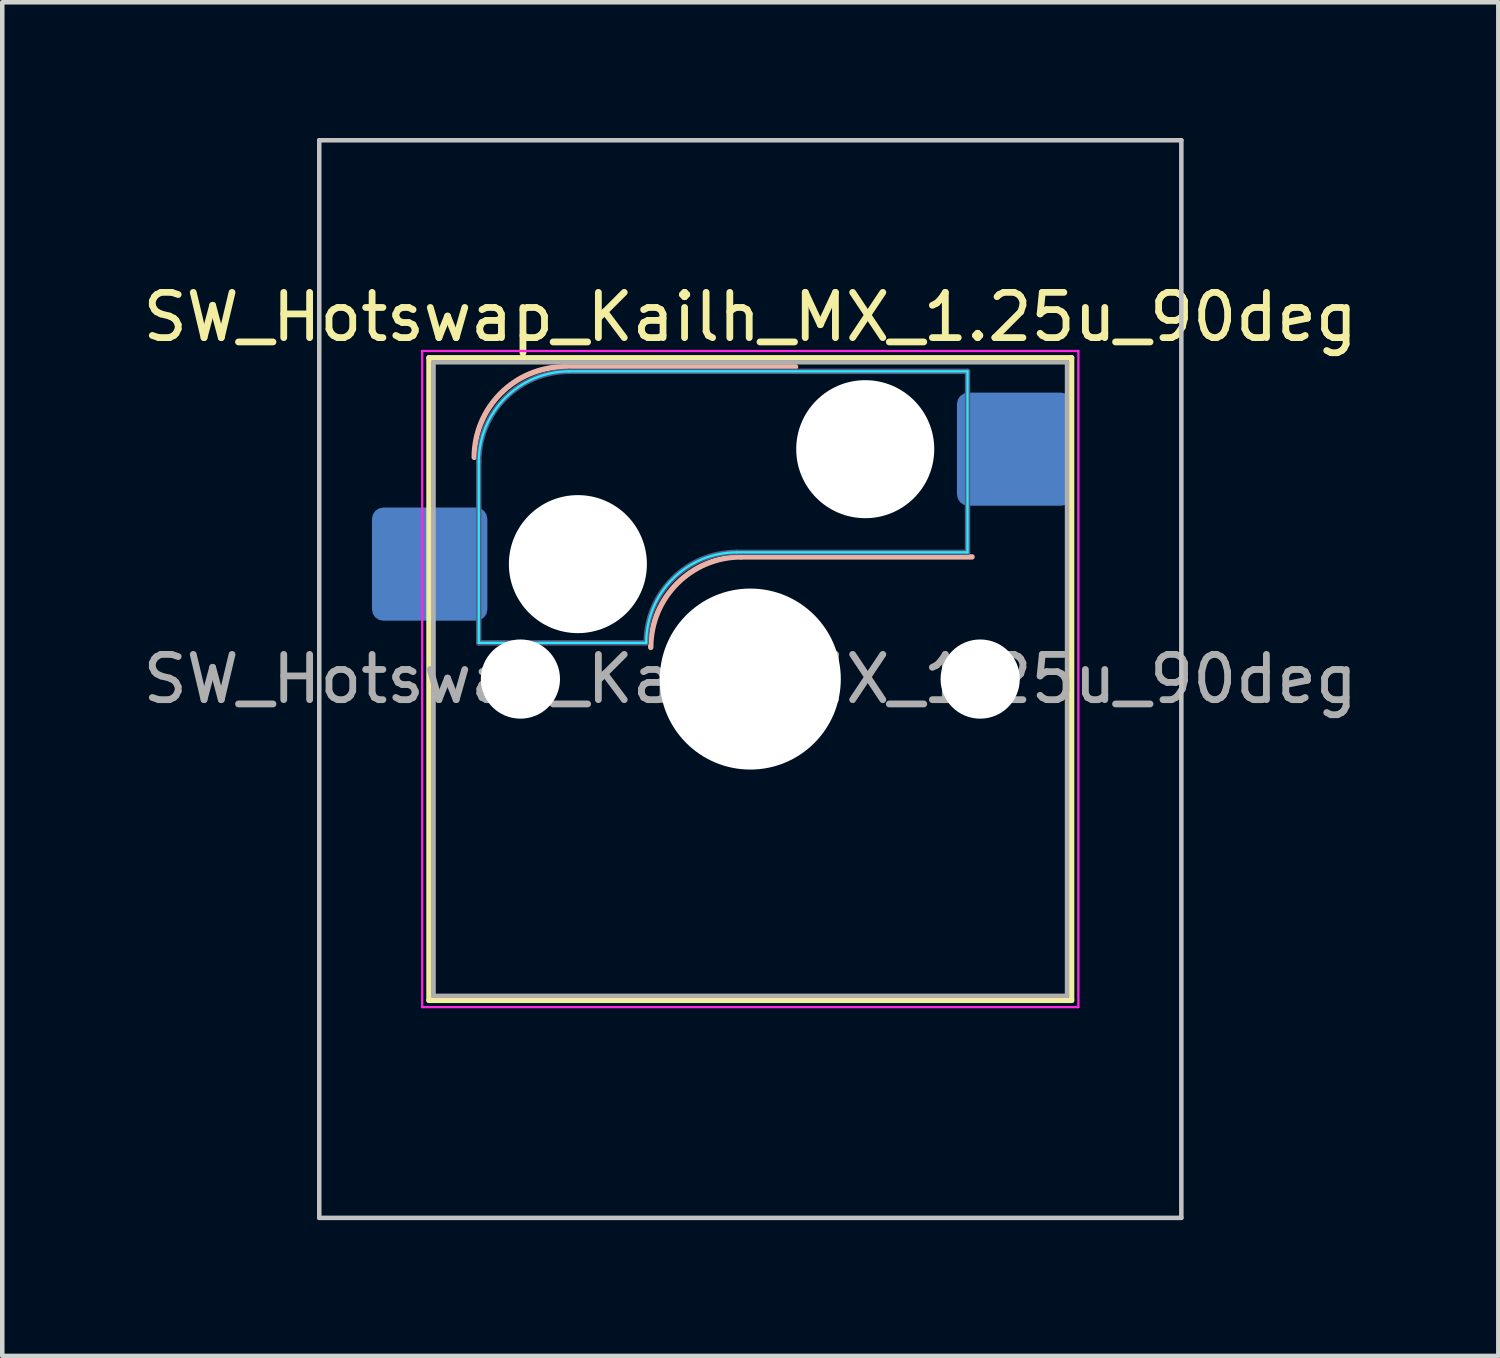
<source format=kicad_pcb>
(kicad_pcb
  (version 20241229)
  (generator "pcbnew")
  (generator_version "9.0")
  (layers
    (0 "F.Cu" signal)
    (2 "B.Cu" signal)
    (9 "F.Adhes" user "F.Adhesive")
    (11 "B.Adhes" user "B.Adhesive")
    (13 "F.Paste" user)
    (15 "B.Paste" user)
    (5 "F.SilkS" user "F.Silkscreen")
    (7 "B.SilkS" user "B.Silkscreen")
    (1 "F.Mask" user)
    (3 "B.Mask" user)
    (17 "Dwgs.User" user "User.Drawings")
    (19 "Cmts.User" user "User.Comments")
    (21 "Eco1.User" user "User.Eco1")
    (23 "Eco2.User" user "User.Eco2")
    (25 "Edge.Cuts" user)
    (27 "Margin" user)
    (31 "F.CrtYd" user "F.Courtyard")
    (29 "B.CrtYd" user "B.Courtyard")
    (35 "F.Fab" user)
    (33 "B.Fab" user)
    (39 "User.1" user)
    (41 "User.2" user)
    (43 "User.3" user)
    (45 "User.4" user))
  (footprint "SW_Hotswap_Kailh_MX_1.25u_90deg"
    (layer "F.Cu")
    (at 13.53 11.956)
    (property "Reference" "SW_Hotswap_Kailh_MX_1.25u_90deg" (at 0 -8 0) (layer "F.SilkS") (effects (font (size 1 1) (thickness 0.15))))
    (attr smd)
    (fp_line (start -7.1 -7.1) (end -7.1 7.1) (stroke (width 0.12) (type solid)) (layer "F.SilkS"))
    (fp_line (start -7.1 7.1) (end 7.1 7.1) (stroke (width 0.12) (type solid)) (layer "F.SilkS"))
    (fp_line (start 7.1 -7.1) (end -7.1 -7.1) (stroke (width 0.12) (type solid)) (layer "F.SilkS"))
    (fp_line (start 7.1 7.1) (end 7.1 -7.1) (stroke (width 0.12) (type solid)) (layer "F.SilkS"))
    (fp_line (start -4.1 -6.9) (end 1 -6.9) (stroke (width 0.12) (type solid)) (layer "B.SilkS"))
    (fp_line (start -0.2 -2.7) (end 4.9 -2.7) (stroke (width 0.12) (type solid)) (layer "B.SilkS"))
    (fp_arc (start -6.1 -4.9) (mid -5.514214 -6.314214) (end -4.1 -6.9) (stroke (width 0.12) (type solid)) (layer "B.SilkS"))
    (fp_arc (start -2.2 -0.7) (mid -1.614214 -2.114214) (end -0.2 -2.7) (stroke (width 0.12) (type solid)) (layer "B.SilkS"))
    (fp_line (start -9.525 -11.906) (end 9.525 -11.906) (stroke (width 0.1) (type solid)) (layer "Dwgs.User"))
    (fp_line (start -9.525 11.906) (end -9.525 -11.906) (stroke (width 0.1) (type solid)) (layer "Dwgs.User"))
    (fp_line (start 9.525 -11.906) (end 9.525 11.906) (stroke (width 0.1) (type solid)) (layer "Dwgs.User"))
    (fp_line (start 9.525 11.906) (end -9.525 11.906) (stroke (width 0.1) (type solid)) (layer "Dwgs.User"))
    (fp_line (start -7.8 -6) (end -7 -6) (stroke (width 0.1) (type solid)) (layer "Eco1.User"))
    (fp_line (start -7.8 -2.9) (end -7.8 -6) (stroke (width 0.1) (type solid)) (layer "Eco1.User"))
    (fp_line (start -7.8 2.9) (end -7 2.9) (stroke (width 0.1) (type solid)) (layer "Eco1.User"))
    (fp_line (start -7.8 6) (end -7.8 2.9) (stroke (width 0.1) (type solid)) (layer "Eco1.User"))
    (fp_line (start -7 -7) (end 7 -7) (stroke (width 0.1) (type solid)) (layer "Eco1.User"))
    (fp_line (start -7 -6) (end -7 -7) (stroke (width 0.1) (type solid)) (layer "Eco1.User"))
    (fp_line (start -7 -2.9) (end -7.8 -2.9) (stroke (width 0.1) (type solid)) (layer "Eco1.User"))
    (fp_line (start -7 2.9) (end -7 -2.9) (stroke (width 0.1) (type solid)) (layer "Eco1.User"))
    (fp_line (start -7 6) (end -7.8 6) (stroke (width 0.1) (type solid)) (layer "Eco1.User"))
    (fp_line (start -7 7) (end -7 6) (stroke (width 0.1) (type solid)) (layer "Eco1.User"))
    (fp_line (start 7 -7) (end 7 -6) (stroke (width 0.1) (type solid)) (layer "Eco1.User"))
    (fp_line (start 7 -6) (end 7.8 -6) (stroke (width 0.1) (type solid)) (layer "Eco1.User"))
    (fp_line (start 7 -2.9) (end 7 2.9) (stroke (width 0.1) (type solid)) (layer "Eco1.User"))
    (fp_line (start 7 2.9) (end 7.8 2.9) (stroke (width 0.1) (type solid)) (layer "Eco1.User"))
    (fp_line (start 7 6) (end 7 7) (stroke (width 0.1) (type solid)) (layer "Eco1.User"))
    (fp_line (start 7 7) (end -7 7) (stroke (width 0.1) (type solid)) (layer "Eco1.User"))
    (fp_line (start 7.8 -6) (end 7.8 -2.9) (stroke (width 0.1) (type solid)) (layer "Eco1.User"))
    (fp_line (start 7.8 -2.9) (end 7 -2.9) (stroke (width 0.1) (type solid)) (layer "Eco1.User"))
    (fp_line (start 7.8 2.9) (end 7.8 6) (stroke (width 0.1) (type solid)) (layer "Eco1.User"))
    (fp_line (start 7.8 6) (end 7 6) (stroke (width 0.1) (type solid)) (layer "Eco1.User"))
    (fp_line (start -6 -0.8) (end -6 -4.8) (stroke (width 0.05) (type solid)) (layer "B.CrtYd"))
    (fp_line (start -6 -0.8) (end -2.3 -0.8) (stroke (width 0.05) (type solid)) (layer "B.CrtYd"))
    (fp_line (start -4 -6.8) (end 4.8 -6.8) (stroke (width 0.05) (type solid)) (layer "B.CrtYd"))
    (fp_line (start -0.3 -2.8) (end 4.8 -2.8) (stroke (width 0.05) (type solid)) (layer "B.CrtYd"))
    (fp_line (start 4.8 -6.8) (end 4.8 -2.8) (stroke (width 0.05) (type solid)) (layer "B.CrtYd"))
    (fp_arc (start -6 -4.8) (mid -5.414214 -6.214214) (end -4 -6.8) (stroke (width 0.05) (type solid)) (layer "B.CrtYd"))
    (fp_arc (start -2.3 -0.8) (mid -1.714214 -2.214214) (end -0.3 -2.8) (stroke (width 0.05) (type solid)) (layer "B.CrtYd"))
    (fp_line (start -7.25 -7.25) (end -7.25 7.25) (stroke (width 0.05) (type solid)) (layer "F.CrtYd"))
    (fp_line (start -7.25 7.25) (end 7.25 7.25) (stroke (width 0.05) (type solid)) (layer "F.CrtYd"))
    (fp_line (start 7.25 -7.25) (end -7.25 -7.25) (stroke (width 0.05) (type solid)) (layer "F.CrtYd"))
    (fp_line (start 7.25 7.25) (end 7.25 -7.25) (stroke (width 0.05) (type solid)) (layer "F.CrtYd"))
    (fp_line (start -6 -0.8) (end -6 -4.8) (stroke (width 0.12) (type solid)) (layer "B.Fab"))
    (fp_line (start -6 -0.8) (end -2.3 -0.8) (stroke (width 0.12) (type solid)) (layer "B.Fab"))
    (fp_line (start -4 -6.8) (end 4.8 -6.8) (stroke (width 0.12) (type solid)) (layer "B.Fab"))
    (fp_line (start -0.3 -2.8) (end 4.8 -2.8) (stroke (width 0.12) (type solid)) (layer "B.Fab"))
    (fp_line (start 4.8 -6.8) (end 4.8 -2.8) (stroke (width 0.12) (type solid)) (layer "B.Fab"))
    (fp_arc (start -6 -4.8) (mid -5.414214 -6.214214) (end -4 -6.8) (stroke (width 0.12) (type solid)) (layer "B.Fab"))
    (fp_arc (start -2.3 -0.8) (mid -1.714214 -2.214214) (end -0.3 -2.8) (stroke (width 0.12) (type solid)) (layer "B.Fab"))
    (fp_line (start -7 -7) (end -7 7) (stroke (width 0.1) (type solid)) (layer "F.Fab"))
    (fp_line (start -7 7) (end 7 7) (stroke (width 0.1) (type solid)) (layer "F.Fab"))
    (fp_line (start 7 -7) (end -7 -7) (stroke (width 0.1) (type solid)) (layer "F.Fab"))
    (fp_line (start 7 7) (end 7 -7) (stroke (width 0.1) (type solid)) (layer "F.Fab"))
    (fp_text user "${REFERENCE}" (at 0 0 0) (layer "F.Fab") (effects (font (size 1 1) (thickness 0.15))))
    (pad "" np_thru_hole circle (at -5.08 0) (size 1.75 1.75) (drill 1.75) (layers "*.Cu" "*.Mask"))
    (pad "" np_thru_hole circle (at -3.81 -2.54) (size 3.05 3.05) (drill 3.05) (layers "*.Cu" "*.Mask"))
    (pad "" np_thru_hole circle (at 0 0) (size 4 4) (drill 4) (layers "*.Cu" "*.Mask"))
    (pad "" np_thru_hole circle (at 2.54 -5.08) (size 3.05 3.05) (drill 3.05) (layers "*.Cu" "*.Mask"))
    (pad "" np_thru_hole circle (at 5.08 0) (size 1.75 1.75) (drill 1.75) (layers "*.Cu" "*.Mask"))
    (pad "1" smd roundrect (at -7.085 -2.54) (size 2.55 2.5) (layers "B.Cu" "B.Mask" "B.Paste") (roundrect_rratio 0.1))
    (pad "2" smd roundrect (at 5.842 -5.08) (size 2.55 2.5) (layers "B.Cu" "B.Mask" "B.Paste") (roundrect_rratio 0.1)))
  (gr_rect
    (start -3 -3)
    (end 30.06 26.913)
    (stroke (width 0.1) (type default))
    (fill no)
    (layer "Edge.Cuts")))
</source>
